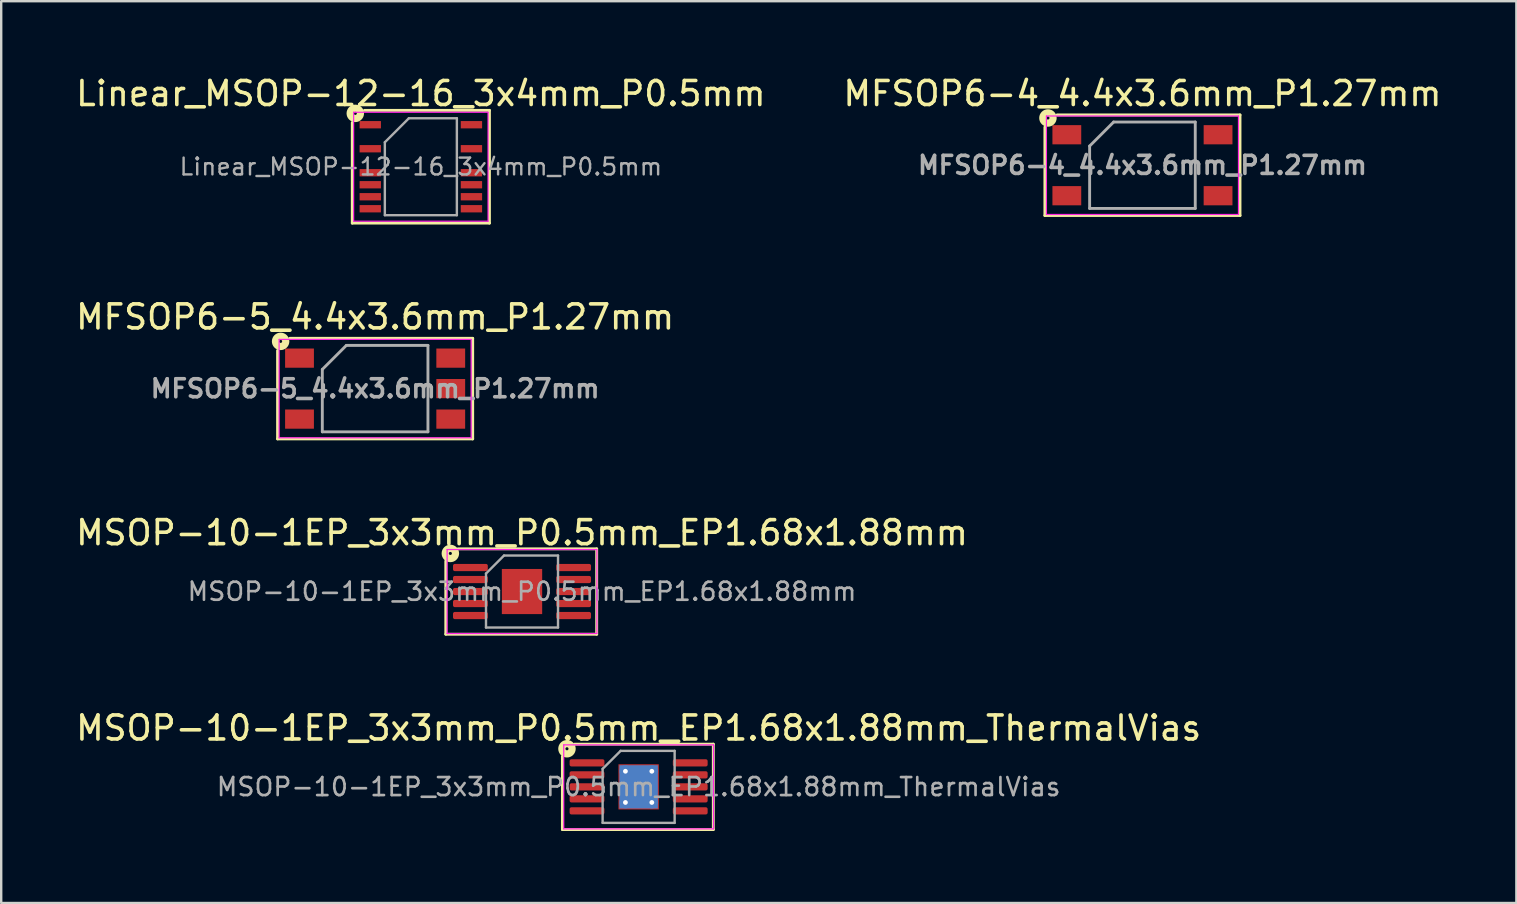
<source format=kicad_pcb>
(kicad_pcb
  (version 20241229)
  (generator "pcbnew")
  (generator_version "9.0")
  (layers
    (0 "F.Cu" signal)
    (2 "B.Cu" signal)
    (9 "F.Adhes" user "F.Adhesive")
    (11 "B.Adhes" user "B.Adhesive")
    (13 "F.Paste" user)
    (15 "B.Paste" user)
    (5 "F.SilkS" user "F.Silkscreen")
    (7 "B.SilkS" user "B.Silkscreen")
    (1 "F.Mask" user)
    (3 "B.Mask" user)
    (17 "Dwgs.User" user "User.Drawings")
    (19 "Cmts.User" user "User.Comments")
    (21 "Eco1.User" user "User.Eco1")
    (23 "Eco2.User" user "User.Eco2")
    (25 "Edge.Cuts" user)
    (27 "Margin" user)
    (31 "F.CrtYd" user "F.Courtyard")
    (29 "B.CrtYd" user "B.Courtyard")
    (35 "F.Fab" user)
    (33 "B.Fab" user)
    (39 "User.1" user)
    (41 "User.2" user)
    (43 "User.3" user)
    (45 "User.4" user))
  (footprint "MSOP-10-1EP_3x3mm_P0.5mm_EP1.68x1.88mm"
    (layer "F.Cu")
    (at 18.696 21.592)
    (property "Reference" "MSOP-10-1EP_3x3mm_P0.5mm_EP1.68x1.88mm" (at 0 -2.45 0) (layer "F.SilkS") (effects (font (size 1 1) (thickness 0.15))))
    (attr smd)
    (fp_line (start -3.175 1.778) (end -3.175 -1.27) (stroke (width 0.12) (type solid)) (layer "F.SilkS"))
    (fp_line (start -2.667 -1.778) (end 3.111 -1.778) (stroke (width 0.12) (type solid)) (layer "F.SilkS"))
    (fp_line (start 3.111 -1.778) (end 3.111 1.778) (stroke (width 0.12) (type solid)) (layer "F.SilkS"))
    (fp_line (start 3.111 1.778) (end -3.175 1.778) (stroke (width 0.12) (type solid)) (layer "F.SilkS"))
    (fp_circle (center -2.985 -1.587) (end -2.921 -1.587) (stroke (width 0.3) (type solid)) (fill no) (layer "F.SilkS"))
    (fp_line (start -3.12 -1.75) (end -3.12 1.75) (stroke (width 0.05) (type solid)) (layer "F.CrtYd"))
    (fp_line (start -3.12 1.75) (end 3.12 1.75) (stroke (width 0.05) (type solid)) (layer "F.CrtYd"))
    (fp_line (start 3.12 -1.75) (end -3.12 -1.75) (stroke (width 0.05) (type solid)) (layer "F.CrtYd"))
    (fp_line (start 3.12 1.75) (end 3.12 -1.75) (stroke (width 0.05) (type solid)) (layer "F.CrtYd"))
    (fp_line (start -1.5 -0.75) (end -0.75 -1.5) (stroke (width 0.1) (type solid)) (layer "F.Fab"))
    (fp_line (start -1.5 1.5) (end -1.5 -0.75) (stroke (width 0.1) (type solid)) (layer "F.Fab"))
    (fp_line (start -0.75 -1.5) (end 1.5 -1.5) (stroke (width 0.1) (type solid)) (layer "F.Fab"))
    (fp_line (start 1.5 -1.5) (end 1.5 1.5) (stroke (width 0.1) (type solid)) (layer "F.Fab"))
    (fp_line (start 1.5 1.5) (end -1.5 1.5) (stroke (width 0.1) (type solid)) (layer "F.Fab"))
    (fp_text user "${REFERENCE}" (at 0 0 0) (layer "F.Fab") (effects (font (size 0.75 0.75) (thickness 0.11))))
    (pad "" smd roundrect (at -0.42 -0.47) (size 0.68 0.76) (layers "F.Paste") (roundrect_rratio 0.25))
    (pad "" smd roundrect (at -0.42 0.47) (size 0.68 0.76) (layers "F.Paste") (roundrect_rratio 0.25))
    (pad "" smd roundrect (at 0.42 -0.47) (size 0.68 0.76) (layers "F.Paste") (roundrect_rratio 0.25))
    (pad "" smd roundrect (at 0.42 0.47) (size 0.68 0.76) (layers "F.Paste") (roundrect_rratio 0.25))
    (pad "1" smd roundrect (at -2.15 -1) (size 1.45 0.3) (layers "F.Cu" "F.Mask" "F.Paste") (roundrect_rratio 0.25))
    (pad "2" smd roundrect (at -2.15 -0.5) (size 1.45 0.3) (layers "F.Cu" "F.Mask" "F.Paste") (roundrect_rratio 0.25))
    (pad "3" smd roundrect (at -2.15 0) (size 1.45 0.3) (layers "F.Cu" "F.Mask" "F.Paste") (roundrect_rratio 0.25))
    (pad "4" smd roundrect (at -2.15 0.5) (size 1.45 0.3) (layers "F.Cu" "F.Mask" "F.Paste") (roundrect_rratio 0.25))
    (pad "5" smd roundrect (at -2.15 1) (size 1.45 0.3) (layers "F.Cu" "F.Mask" "F.Paste") (roundrect_rratio 0.25))
    (pad "6" smd roundrect (at 2.15 1) (size 1.45 0.3) (layers "F.Cu" "F.Mask" "F.Paste") (roundrect_rratio 0.25))
    (pad "7" smd roundrect (at 2.15 0.5) (size 1.45 0.3) (layers "F.Cu" "F.Mask" "F.Paste") (roundrect_rratio 0.25))
    (pad "8" smd roundrect (at 2.15 0) (size 1.45 0.3) (layers "F.Cu" "F.Mask" "F.Paste") (roundrect_rratio 0.25))
    (pad "9" smd roundrect (at 2.15 -0.5) (size 1.45 0.3) (layers "F.Cu" "F.Mask" "F.Paste") (roundrect_rratio 0.25))
    (pad "10" smd roundrect (at 2.15 -1) (size 1.45 0.3) (layers "F.Cu" "F.Mask" "F.Paste") (roundrect_rratio 0.25))
    (pad "11" smd rect (at 0 0) (size 1.68 1.88) (layers "F.Cu" "F.Mask")))
  (footprint "MFSOP6-5_4.4x3.6mm_P1.27mm"
    (layer "F.Cu")
    (at 12.577 13.139)
    (property "Reference" "MFSOP6-5_4.4x3.6mm_P1.27mm" (at 0 -2.985 0) (layer "F.SilkS") (effects (font (size 1 1) (thickness 0.15))))
    (attr smd)
    (fp_line (start -4.064 2.095) (end -4.064 -1.587) (stroke (width 0.12) (type solid)) (layer "F.SilkS"))
    (fp_line (start -3.556 -2.095) (end 4.064 -2.095) (stroke (width 0.12) (type solid)) (layer "F.SilkS"))
    (fp_line (start 4.064 -2.095) (end 4.064 2.095) (stroke (width 0.12) (type solid)) (layer "F.SilkS"))
    (fp_line (start 4.064 2.095) (end -4.064 2.095) (stroke (width 0.12) (type solid)) (layer "F.SilkS"))
    (fp_circle (center -3.937 -1.968) (end -3.873 -1.968) (stroke (width 0.3) (type solid)) (fill no) (layer "F.SilkS"))
    (fp_line (start -4 -2.05) (end -4 2.05) (stroke (width 0.05) (type solid)) (layer "F.CrtYd"))
    (fp_line (start -4 -2.05) (end 4 -2.05) (stroke (width 0.05) (type solid)) (layer "F.CrtYd"))
    (fp_line (start 4 2.05) (end -4 2.05) (stroke (width 0.05) (type solid)) (layer "F.CrtYd"))
    (fp_line (start 4 2.05) (end 4 -2.05) (stroke (width 0.05) (type solid)) (layer "F.CrtYd"))
    (fp_line (start -2.2 -0.8) (end -2.2 1.8) (stroke (width 0.12) (type solid)) (layer "F.Fab"))
    (fp_line (start -2.2 1.8) (end 2.2 1.8) (stroke (width 0.12) (type solid)) (layer "F.Fab"))
    (fp_line (start -1.2 -1.8) (end -2.2 -0.8) (stroke (width 0.12) (type solid)) (layer "F.Fab"))
    (fp_line (start 2.2 -1.8) (end -1.2 -1.8) (stroke (width 0.12) (type solid)) (layer "F.Fab"))
    (fp_line (start 2.2 1.8) (end 2.2 -1.8) (stroke (width 0.12) (type solid)) (layer "F.Fab"))
    (fp_text user "${REFERENCE}" (at 0 0 0) (layer "F.Fab") (effects (font (size 0.75 0.75) (thickness 0.15))))
    (pad "1" smd rect (at -3.15 -1.27) (size 1.2 0.8) (layers "F.Cu" "F.Mask" "F.Paste"))
    (pad "3" smd rect (at -3.15 1.27) (size 1.2 0.8) (layers "F.Cu" "F.Mask" "F.Paste"))
    (pad "4" smd rect (at 3.15 1.27) (size 1.2 0.8) (layers "F.Cu" "F.Mask" "F.Paste"))
    (pad "5" smd rect (at 3.15 0) (size 1.2 0.8) (layers "F.Cu" "F.Mask" "F.Paste"))
    (pad "6" smd rect (at 3.15 -1.27) (size 1.2 0.8) (layers "F.Cu" "F.Mask" "F.Paste")))
  (footprint "MSOP-10-1EP_3x3mm_P0.5mm_EP1.68x1.88mm_ThermalVias"
    (layer "F.Cu")
    (at 23.554 29.729)
    (property "Reference" "MSOP-10-1EP_3x3mm_P0.5mm_EP1.68x1.88mm_ThermalVias" (at 0 -2.45 0) (layer "F.SilkS") (effects (font (size 1 1) (thickness 0.15))))
    (attr smd)
    (fp_line (start -3.175 1.778) (end -3.175 -1.27) (stroke (width 0.12) (type solid)) (layer "F.SilkS"))
    (fp_line (start -2.667 -1.778) (end 3.111 -1.778) (stroke (width 0.12) (type solid)) (layer "F.SilkS"))
    (fp_line (start 3.111 -1.778) (end 3.111 1.778) (stroke (width 0.12) (type solid)) (layer "F.SilkS"))
    (fp_line (start 3.111 1.778) (end -3.175 1.778) (stroke (width 0.12) (type solid)) (layer "F.SilkS"))
    (fp_circle (center -2.985 -1.587) (end -2.921 -1.587) (stroke (width 0.3) (type solid)) (fill no) (layer "F.SilkS"))
    (fp_line (start -3.12 -1.75) (end -3.12 1.75) (stroke (width 0.05) (type solid)) (layer "F.CrtYd"))
    (fp_line (start -3.12 1.75) (end 3.12 1.75) (stroke (width 0.05) (type solid)) (layer "F.CrtYd"))
    (fp_line (start 3.12 -1.75) (end -3.12 -1.75) (stroke (width 0.05) (type solid)) (layer "F.CrtYd"))
    (fp_line (start 3.12 1.75) (end 3.12 -1.75) (stroke (width 0.05) (type solid)) (layer "F.CrtYd"))
    (fp_line (start -1.5 -0.75) (end -0.75 -1.5) (stroke (width 0.1) (type solid)) (layer "F.Fab"))
    (fp_line (start -1.5 1.5) (end -1.5 -0.75) (stroke (width 0.1) (type solid)) (layer "F.Fab"))
    (fp_line (start -0.75 -1.5) (end 1.5 -1.5) (stroke (width 0.1) (type solid)) (layer "F.Fab"))
    (fp_line (start 1.5 -1.5) (end 1.5 1.5) (stroke (width 0.1) (type solid)) (layer "F.Fab"))
    (fp_line (start 1.5 1.5) (end -1.5 1.5) (stroke (width 0.1) (type solid)) (layer "F.Fab"))
    (fp_text user "${REFERENCE}" (at 0 0 0) (layer "F.Fab") (effects (font (size 0.75 0.75) (thickness 0.11))))
    (pad "" smd roundrect (at -0.42 -0.47) (size 0.7 0.79) (layers "F.Paste") (roundrect_rratio 0.25))
    (pad "" smd roundrect (at -0.42 0.47) (size 0.7 0.79) (layers "F.Paste") (roundrect_rratio 0.25))
    (pad "" smd roundrect (at 0.42 -0.47) (size 0.7 0.79) (layers "F.Paste") (roundrect_rratio 0.25))
    (pad "" smd roundrect (at 0.42 0.47) (size 0.7 0.79) (layers "F.Paste") (roundrect_rratio 0.25))
    (pad "1" smd roundrect (at -2.15 -1) (size 1.45 0.3) (layers "F.Cu" "F.Mask" "F.Paste") (roundrect_rratio 0.25))
    (pad "2" smd roundrect (at -2.15 -0.5) (size 1.45 0.3) (layers "F.Cu" "F.Mask" "F.Paste") (roundrect_rratio 0.25))
    (pad "3" smd roundrect (at -2.15 0) (size 1.45 0.3) (layers "F.Cu" "F.Mask" "F.Paste") (roundrect_rratio 0.25))
    (pad "4" smd roundrect (at -2.15 0.5) (size 1.45 0.3) (layers "F.Cu" "F.Mask" "F.Paste") (roundrect_rratio 0.25))
    (pad "5" smd roundrect (at -2.15 1) (size 1.45 0.3) (layers "F.Cu" "F.Mask" "F.Paste") (roundrect_rratio 0.25))
    (pad "6" smd roundrect (at 2.15 1) (size 1.45 0.3) (layers "F.Cu" "F.Mask" "F.Paste") (roundrect_rratio 0.25))
    (pad "7" smd roundrect (at 2.15 0.5) (size 1.45 0.3) (layers "F.Cu" "F.Mask" "F.Paste") (roundrect_rratio 0.25))
    (pad "8" smd roundrect (at 2.15 0) (size 1.45 0.3) (layers "F.Cu" "F.Mask" "F.Paste") (roundrect_rratio 0.25))
    (pad "9" smd roundrect (at 2.15 -0.5) (size 1.45 0.3) (layers "F.Cu" "F.Mask" "F.Paste") (roundrect_rratio 0.25))
    (pad "10" smd roundrect (at 2.15 -1) (size 1.45 0.3) (layers "F.Cu" "F.Mask" "F.Paste") (roundrect_rratio 0.25))
    (pad "11" thru_hole circle (at -0.55 -0.65) (size 0.5 0.5) (drill 0.2) (layers "*.Cu"))
    (pad "11" thru_hole circle (at -0.55 0.65) (size 0.5 0.5) (drill 0.2) (layers "*.Cu"))
    (pad "11" smd rect (at 0 0) (size 1.6 1.8) (layers "B.Cu" "B.Mask"))
    (pad "11" smd rect (at 0 0) (size 1.68 1.88) (layers "F.Cu" "F.Mask"))
    (pad "11" thru_hole circle (at 0.55 -0.65) (size 0.5 0.5) (drill 0.2) (layers "*.Cu"))
    (pad "11" thru_hole circle (at 0.55 0.65) (size 0.5 0.5) (drill 0.2) (layers "*.Cu")))
  (footprint "MFSOP6-4_4.4x3.6mm_P1.27mm"
    (layer "F.Cu")
    (at 44.542 3.833)
    (property "Reference" "MFSOP6-4_4.4x3.6mm_P1.27mm" (at 0 -2.985 0) (layer "F.SilkS") (effects (font (size 1 1) (thickness 0.15))))
    (attr smd)
    (fp_line (start -4.064 2.095) (end -4.064 -1.587) (stroke (width 0.12) (type solid)) (layer "F.SilkS"))
    (fp_line (start -3.556 -2.095) (end 4.064 -2.095) (stroke (width 0.12) (type solid)) (layer "F.SilkS"))
    (fp_line (start 4.064 -2.095) (end 4.064 2.095) (stroke (width 0.12) (type solid)) (layer "F.SilkS"))
    (fp_line (start 4.064 2.095) (end -4.064 2.095) (stroke (width 0.12) (type solid)) (layer "F.SilkS"))
    (fp_circle (center -3.937 -1.968) (end -3.873 -1.968) (stroke (width 0.3) (type solid)) (fill no) (layer "F.SilkS"))
    (fp_line (start -4 -2.05) (end -4 2.05) (stroke (width 0.05) (type solid)) (layer "F.CrtYd"))
    (fp_line (start -4 -2.05) (end 4 -2.05) (stroke (width 0.05) (type solid)) (layer "F.CrtYd"))
    (fp_line (start 4 2.05) (end -4 2.05) (stroke (width 0.05) (type solid)) (layer "F.CrtYd"))
    (fp_line (start 4 2.05) (end 4 -2.05) (stroke (width 0.05) (type solid)) (layer "F.CrtYd"))
    (fp_line (start -2.2 -0.8) (end -2.2 1.8) (stroke (width 0.12) (type solid)) (layer "F.Fab"))
    (fp_line (start -2.2 1.8) (end 2.2 1.8) (stroke (width 0.12) (type solid)) (layer "F.Fab"))
    (fp_line (start -1.2 -1.8) (end -2.2 -0.8) (stroke (width 0.12) (type solid)) (layer "F.Fab"))
    (fp_line (start 2.2 -1.8) (end -1.2 -1.8) (stroke (width 0.12) (type solid)) (layer "F.Fab"))
    (fp_line (start 2.2 1.8) (end 2.2 -1.8) (stroke (width 0.12) (type solid)) (layer "F.Fab"))
    (fp_text user "${REFERENCE}" (at 0 0 0) (layer "F.Fab") (effects (font (size 0.75 0.75) (thickness 0.15))))
    (pad "1" smd rect (at -3.15 -1.27) (size 1.2 0.8) (layers "F.Cu" "F.Mask" "F.Paste"))
    (pad "3" smd rect (at -3.15 1.27) (size 1.2 0.8) (layers "F.Cu" "F.Mask" "F.Paste"))
    (pad "4" smd rect (at 3.15 1.27) (size 1.2 0.8) (layers "F.Cu" "F.Mask" "F.Paste"))
    (pad "6" smd rect (at 3.15 -1.27) (size 1.2 0.8) (layers "F.Cu" "F.Mask" "F.Paste")))
  (footprint "Linear_MSOP-12-16_3x4mm_P0.5mm"
    (layer "F.Cu")
    (at 14.482 3.896)
    (property "Reference" "Linear_MSOP-12-16_3x4mm_P0.5mm" (at 0 -3.048 0) (layer "F.SilkS") (effects (font (size 1 1) (thickness 0.15))))
    (attr smd)
    (fp_line (start -2.857 2.349) (end -2.857 -1.841) (stroke (width 0.12) (type solid)) (layer "F.SilkS"))
    (fp_line (start -2.349 -2.349) (end 2.857 -2.349) (stroke (width 0.12) (type solid)) (layer "F.SilkS"))
    (fp_line (start 2.857 -2.349) (end 2.857 2.349) (stroke (width 0.12) (type solid)) (layer "F.SilkS"))
    (fp_line (start 2.857 2.349) (end -2.857 2.349) (stroke (width 0.12) (type solid)) (layer "F.SilkS"))
    (fp_circle (center -2.731 -2.223) (end -2.667 -2.223) (stroke (width 0.3) (type solid)) (fill no) (layer "F.SilkS"))
    (fp_line (start -2.8 -2.27) (end -2.8 2.27) (stroke (width 0.05) (type solid)) (layer "F.CrtYd"))
    (fp_line (start -2.8 -2.27) (end 2.8 -2.27) (stroke (width 0.05) (type solid)) (layer "F.CrtYd"))
    (fp_line (start -2.8 2.27) (end 2.8 2.27) (stroke (width 0.05) (type solid)) (layer "F.CrtYd"))
    (fp_line (start 2.8 -2.27) (end 2.8 2.27) (stroke (width 0.05) (type solid)) (layer "F.CrtYd"))
    (fp_line (start -1.5 -1.02) (end -0.5 -2.019) (stroke (width 0.1) (type solid)) (layer "F.Fab"))
    (fp_line (start -1.5 2.019) (end -1.5 -1.02) (stroke (width 0.1) (type solid)) (layer "F.Fab"))
    (fp_line (start -0.5 -2.019) (end 1.5 -2.019) (stroke (width 0.1) (type solid)) (layer "F.Fab"))
    (fp_line (start 1.5 -2.019) (end 1.5 2.019) (stroke (width 0.1) (type solid)) (layer "F.Fab"))
    (fp_line (start 1.5 2.019) (end -1.5 2.019) (stroke (width 0.1) (type solid)) (layer "F.Fab"))
    (fp_text user "${REFERENCE}" (at 0 0 0) (layer "F.Fab") (effects (font (size 0.7 0.7) (thickness 0.1))))
    (pad "1" smd rect (at -2.107 -1.75) (size 0.889 0.305) (layers "F.Cu" "F.Mask" "F.Paste"))
    (pad "3" smd rect (at -2.107 -0.75) (size 0.889 0.305) (layers "F.Cu" "F.Mask" "F.Paste"))
    (pad "5" smd rect (at -2.107 0.25) (size 0.889 0.305) (layers "F.Cu" "F.Mask" "F.Paste"))
    (pad "6" smd rect (at -2.107 0.75) (size 0.889 0.305) (layers "F.Cu" "F.Mask" "F.Paste"))
    (pad "7" smd rect (at -2.107 1.25) (size 0.889 0.305) (layers "F.Cu" "F.Mask" "F.Paste"))
    (pad "8" smd rect (at -2.107 1.75) (size 0.889 0.305) (layers "F.Cu" "F.Mask" "F.Paste"))
    (pad "9" smd rect (at 2.107 1.75) (size 0.889 0.305) (layers "F.Cu" "F.Mask" "F.Paste"))
    (pad "10" smd rect (at 2.107 1.25) (size 0.889 0.305) (layers "F.Cu" "F.Mask" "F.Paste"))
    (pad "11" smd rect (at 2.107 0.75) (size 0.889 0.305) (layers "F.Cu" "F.Mask" "F.Paste"))
    (pad "12" smd rect (at 2.107 0.25) (size 0.889 0.305) (layers "F.Cu" "F.Mask" "F.Paste"))
    (pad "14" smd rect (at 2.107 -0.75) (size 0.889 0.305) (layers "F.Cu" "F.Mask" "F.Paste"))
    (pad "16" smd rect (at 2.107 -1.75) (size 0.889 0.305) (layers "F.Cu" "F.Mask" "F.Paste")))
  (gr_rect
    (start -3 -3)
    (end 60.119 34.566)
    (stroke (width 0.1) (type default))
    (fill no)
    (layer "Edge.Cuts")))
</source>
